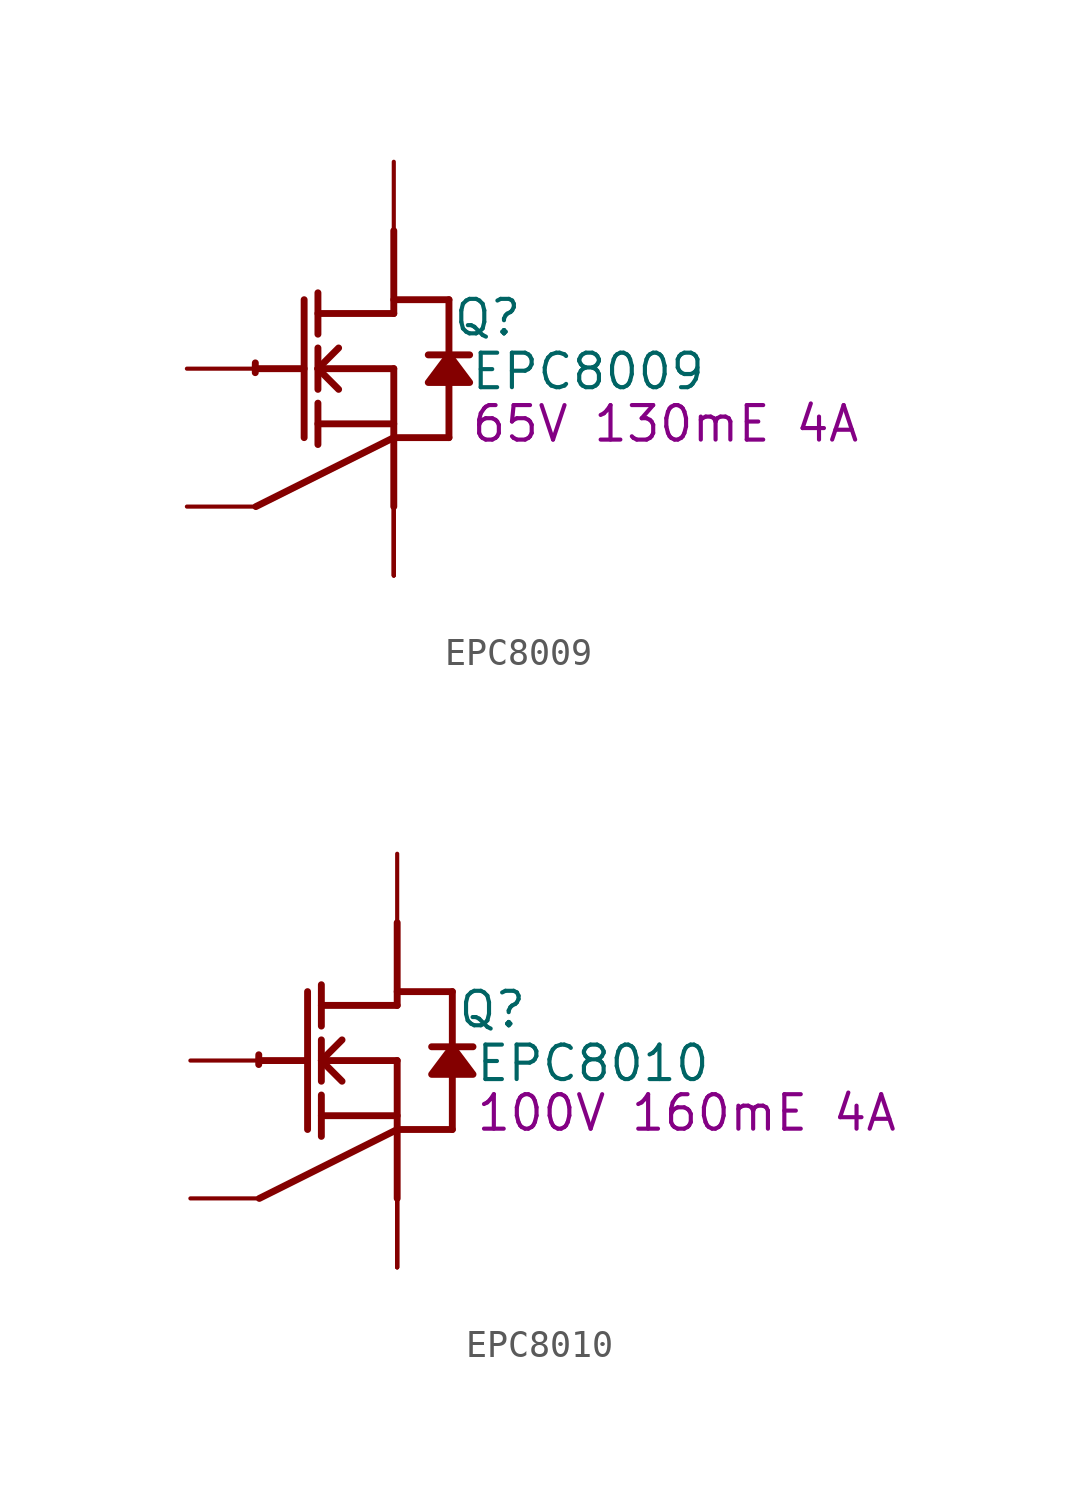
<source format=kicad_sym>
(kicad_symbol_lib
  (version 20220914)
  (generator kicad_symbol_editor)
  (symbol "EPC8009"
    (property "Reference" "Q"
      (at 3.454 1.88 0)
      (effects (font (size 1.27 1.27))))
    (property "Value" "EPC8009"
      (at 7.163 -0.102 0)
      (effects (font (size 1.27 1.27))))
    (property "Description" "65V 130mE 4A"
      (at 10.008 -2.032 0)
      (effects (font (size 1.27 1.27))))
    (symbol "EPC8009_1_0"
      (arc (start -5.0996 0.2128) (mid -5.1039 0.0331) (end -5.1019 -0.1467) (stroke (width 0.254) (type solid)) (fill (type none)))
      (polyline (pts (xy -5.08 0) (xy -3.302 0)) (stroke (width 0.254) (type solid)) (fill (type none)))
      (polyline (pts (xy -3.302 2.54) (xy -3.302 -2.54)) (stroke (width 0.254) (type solid)) (fill (type none)))
      (polyline (pts (xy -2.794 -2.794) (xy -2.794 -1.27)) (stroke (width 0.254) (type solid)) (fill (type none)))
      (polyline (pts (xy -2.794 -2.032) (xy 0 -2.032)) (stroke (width 0.254) (type solid)) (fill (type none)))
      (polyline (pts (xy -2.794 -0.762) (xy -2.794 0.762)) (stroke (width 0.254) (type solid)) (fill (type none)))
      (polyline (pts (xy -2.794 0) (xy -2.032 0.762)) (stroke (width 0.254) (type solid)) (fill (type none)))
      (polyline (pts (xy -2.794 0) (xy 0 0)) (stroke (width 0.254) (type solid)) (fill (type none)))
      (polyline (pts (xy -2.794 1.27) (xy -2.794 2.794)) (stroke (width 0.254) (type solid)) (fill (type none)))
      (polyline (pts (xy -2.032 -0.762) (xy -2.794 0)) (stroke (width 0.254) (type solid)) (fill (type none)))
      (polyline (pts (xy 0 -2.54) (xy -5.08 -5.08)) (stroke (width 0.254) (type solid)) (fill (type none)))
      (polyline (pts (xy 0 -2.54) (xy 2.032 -2.54)) (stroke (width 0.254) (type solid)) (fill (type none)))
      (polyline (pts (xy 0 0) (xy 0 -5.08)) (stroke (width 0.254) (type solid)) (fill (type none)))
      (polyline (pts (xy 0 2.032) (xy -2.794 2.032)) (stroke (width 0.254) (type solid)) (fill (type none)))
      (polyline (pts (xy 0 2.032) (xy 0 5.08)) (stroke (width 0.254) (type solid)) (fill (type none)))
      (polyline (pts (xy 0 2.54) (xy 2.032 2.54)) (stroke (width 0.254) (type solid)) (fill (type none)))
      (polyline (pts (xy 2.032 -0.508) (xy 2.032 -2.54)) (stroke (width 0.254) (type solid)) (fill (type none)))
      (polyline (pts (xy 2.032 2.54) (xy 2.032 0.508)) (stroke (width 0.254) (type solid)) (fill (type none)))
      (polyline (pts (xy 2.794 0.508) (xy 1.27 0.508)) (stroke (width 0.254) (type solid)) (fill (type none)))
      (polyline (pts (xy 2.032 0.508) (xy 1.27 -0.508) (xy 2.794 -0.508) (xy 2.032 0.508)) (stroke (width 0.254) (type solid)) (fill (type outline)))
      (pin passive line (at -7.62 0 0) (length 2.54) (name "G" (effects (font (size 0 0)))) (number "1" (effects (font (size 0 0)))))
      (pin open_emitter line (at -7.62 -5.08 0) (length 2.54) (name "SG" (effects (font (size 0 0)))) (number "2" (effects (font (size 0 0)))))
      (pin open_emitter line (at 0 -7.62 90) (length 2.54) (name "SP1" (effects (font (size 0 0)))) (number "3" (effects (font (size 0 0)))))
      (pin open_collector line (at 0 7.62 270) (length 2.54) (name "D" (effects (font (size 0 0)))) (number "4" (effects (font (size 0 0)))))
      (pin open_emitter line (at 0 -7.62 90) (length 2.54) (name "SP2" (effects (font (size 0 0)))) (number "5" (effects (font (size 0 0)))))
      (pin open_emitter line (at 0 -7.62 90) (length 2.54) (name "Sub" (effects (font (size 0 0)))) (number "6" (effects (font (size 0 0)))))))
  (symbol "EPC8010"
    (property "Reference" "Q"
      (at 3.505 1.88 0)
      (effects (font (size 1.27 1.27))))
    (property "Value" "EPC8010"
      (at 7.214 -0.102 0)
      (effects (font (size 1.27 1.27))))
    (property "Description" "100V 160mE 4A"
      (at 10.668 -1.93 0)
      (effects (font (size 1.27 1.27))))
    (symbol "EPC8010_1_0"
      (arc (start -5.0996 0.2128) (mid -5.1039 0.0331) (end -5.1019 -0.1467) (stroke (width 0.254) (type solid)) (fill (type none)))
      (polyline (pts (xy -5.08 0) (xy -3.302 0)) (stroke (width 0.254) (type solid)) (fill (type none)))
      (polyline (pts (xy -3.302 2.54) (xy -3.302 -2.54)) (stroke (width 0.254) (type solid)) (fill (type none)))
      (polyline (pts (xy -2.794 -2.794) (xy -2.794 -1.27)) (stroke (width 0.254) (type solid)) (fill (type none)))
      (polyline (pts (xy -2.794 -2.032) (xy 0 -2.032)) (stroke (width 0.254) (type solid)) (fill (type none)))
      (polyline (pts (xy -2.794 -0.762) (xy -2.794 0.762)) (stroke (width 0.254) (type solid)) (fill (type none)))
      (polyline (pts (xy -2.794 0) (xy -2.032 0.762)) (stroke (width 0.254) (type solid)) (fill (type none)))
      (polyline (pts (xy -2.794 0) (xy 0 0)) (stroke (width 0.254) (type solid)) (fill (type none)))
      (polyline (pts (xy -2.794 1.27) (xy -2.794 2.794)) (stroke (width 0.254) (type solid)) (fill (type none)))
      (polyline (pts (xy -2.032 -0.762) (xy -2.794 0)) (stroke (width 0.254) (type solid)) (fill (type none)))
      (polyline (pts (xy 0 -2.54) (xy -5.08 -5.08)) (stroke (width 0.254) (type solid)) (fill (type none)))
      (polyline (pts (xy 0 -2.54) (xy 2.032 -2.54)) (stroke (width 0.254) (type solid)) (fill (type none)))
      (polyline (pts (xy 0 0) (xy 0 -5.08)) (stroke (width 0.254) (type solid)) (fill (type none)))
      (polyline (pts (xy 0 2.032) (xy -2.794 2.032)) (stroke (width 0.254) (type solid)) (fill (type none)))
      (polyline (pts (xy 0 2.032) (xy 0 5.08)) (stroke (width 0.254) (type solid)) (fill (type none)))
      (polyline (pts (xy 0 2.54) (xy 2.032 2.54)) (stroke (width 0.254) (type solid)) (fill (type none)))
      (polyline (pts (xy 2.032 -0.508) (xy 2.032 -2.54)) (stroke (width 0.254) (type solid)) (fill (type none)))
      (polyline (pts (xy 2.032 2.54) (xy 2.032 0.508)) (stroke (width 0.254) (type solid)) (fill (type none)))
      (polyline (pts (xy 2.794 0.508) (xy 1.27 0.508)) (stroke (width 0.254) (type solid)) (fill (type none)))
      (polyline (pts (xy 2.032 0.508) (xy 1.27 -0.508) (xy 2.794 -0.508) (xy 2.032 0.508)) (stroke (width 0.254) (type solid)) (fill (type outline)))
      (pin passive line (at -7.62 0 0) (length 2.54) (name "G" (effects (font (size 0 0)))) (number "1" (effects (font (size 0 0)))))
      (pin open_emitter line (at -7.62 -5.08 0) (length 2.54) (name "SG" (effects (font (size 0 0)))) (number "2" (effects (font (size 0 0)))))
      (pin open_emitter line (at 0 -7.62 90) (length 2.54) (name "SP1" (effects (font (size 0 0)))) (number "3" (effects (font (size 0 0)))))
      (pin open_collector line (at 0 7.62 270) (length 2.54) (name "D" (effects (font (size 0 0)))) (number "4" (effects (font (size 0 0)))))
      (pin open_emitter line (at 0 -7.62 90) (length 2.54) (name "SP2" (effects (font (size 0 0)))) (number "5" (effects (font (size 0 0)))))
      (pin open_emitter line (at 0 -7.62 90) (length 2.54) (name "Sub" (effects (font (size 0 0)))) (number "6" (effects (font (size 0 0))))))))
</source>
